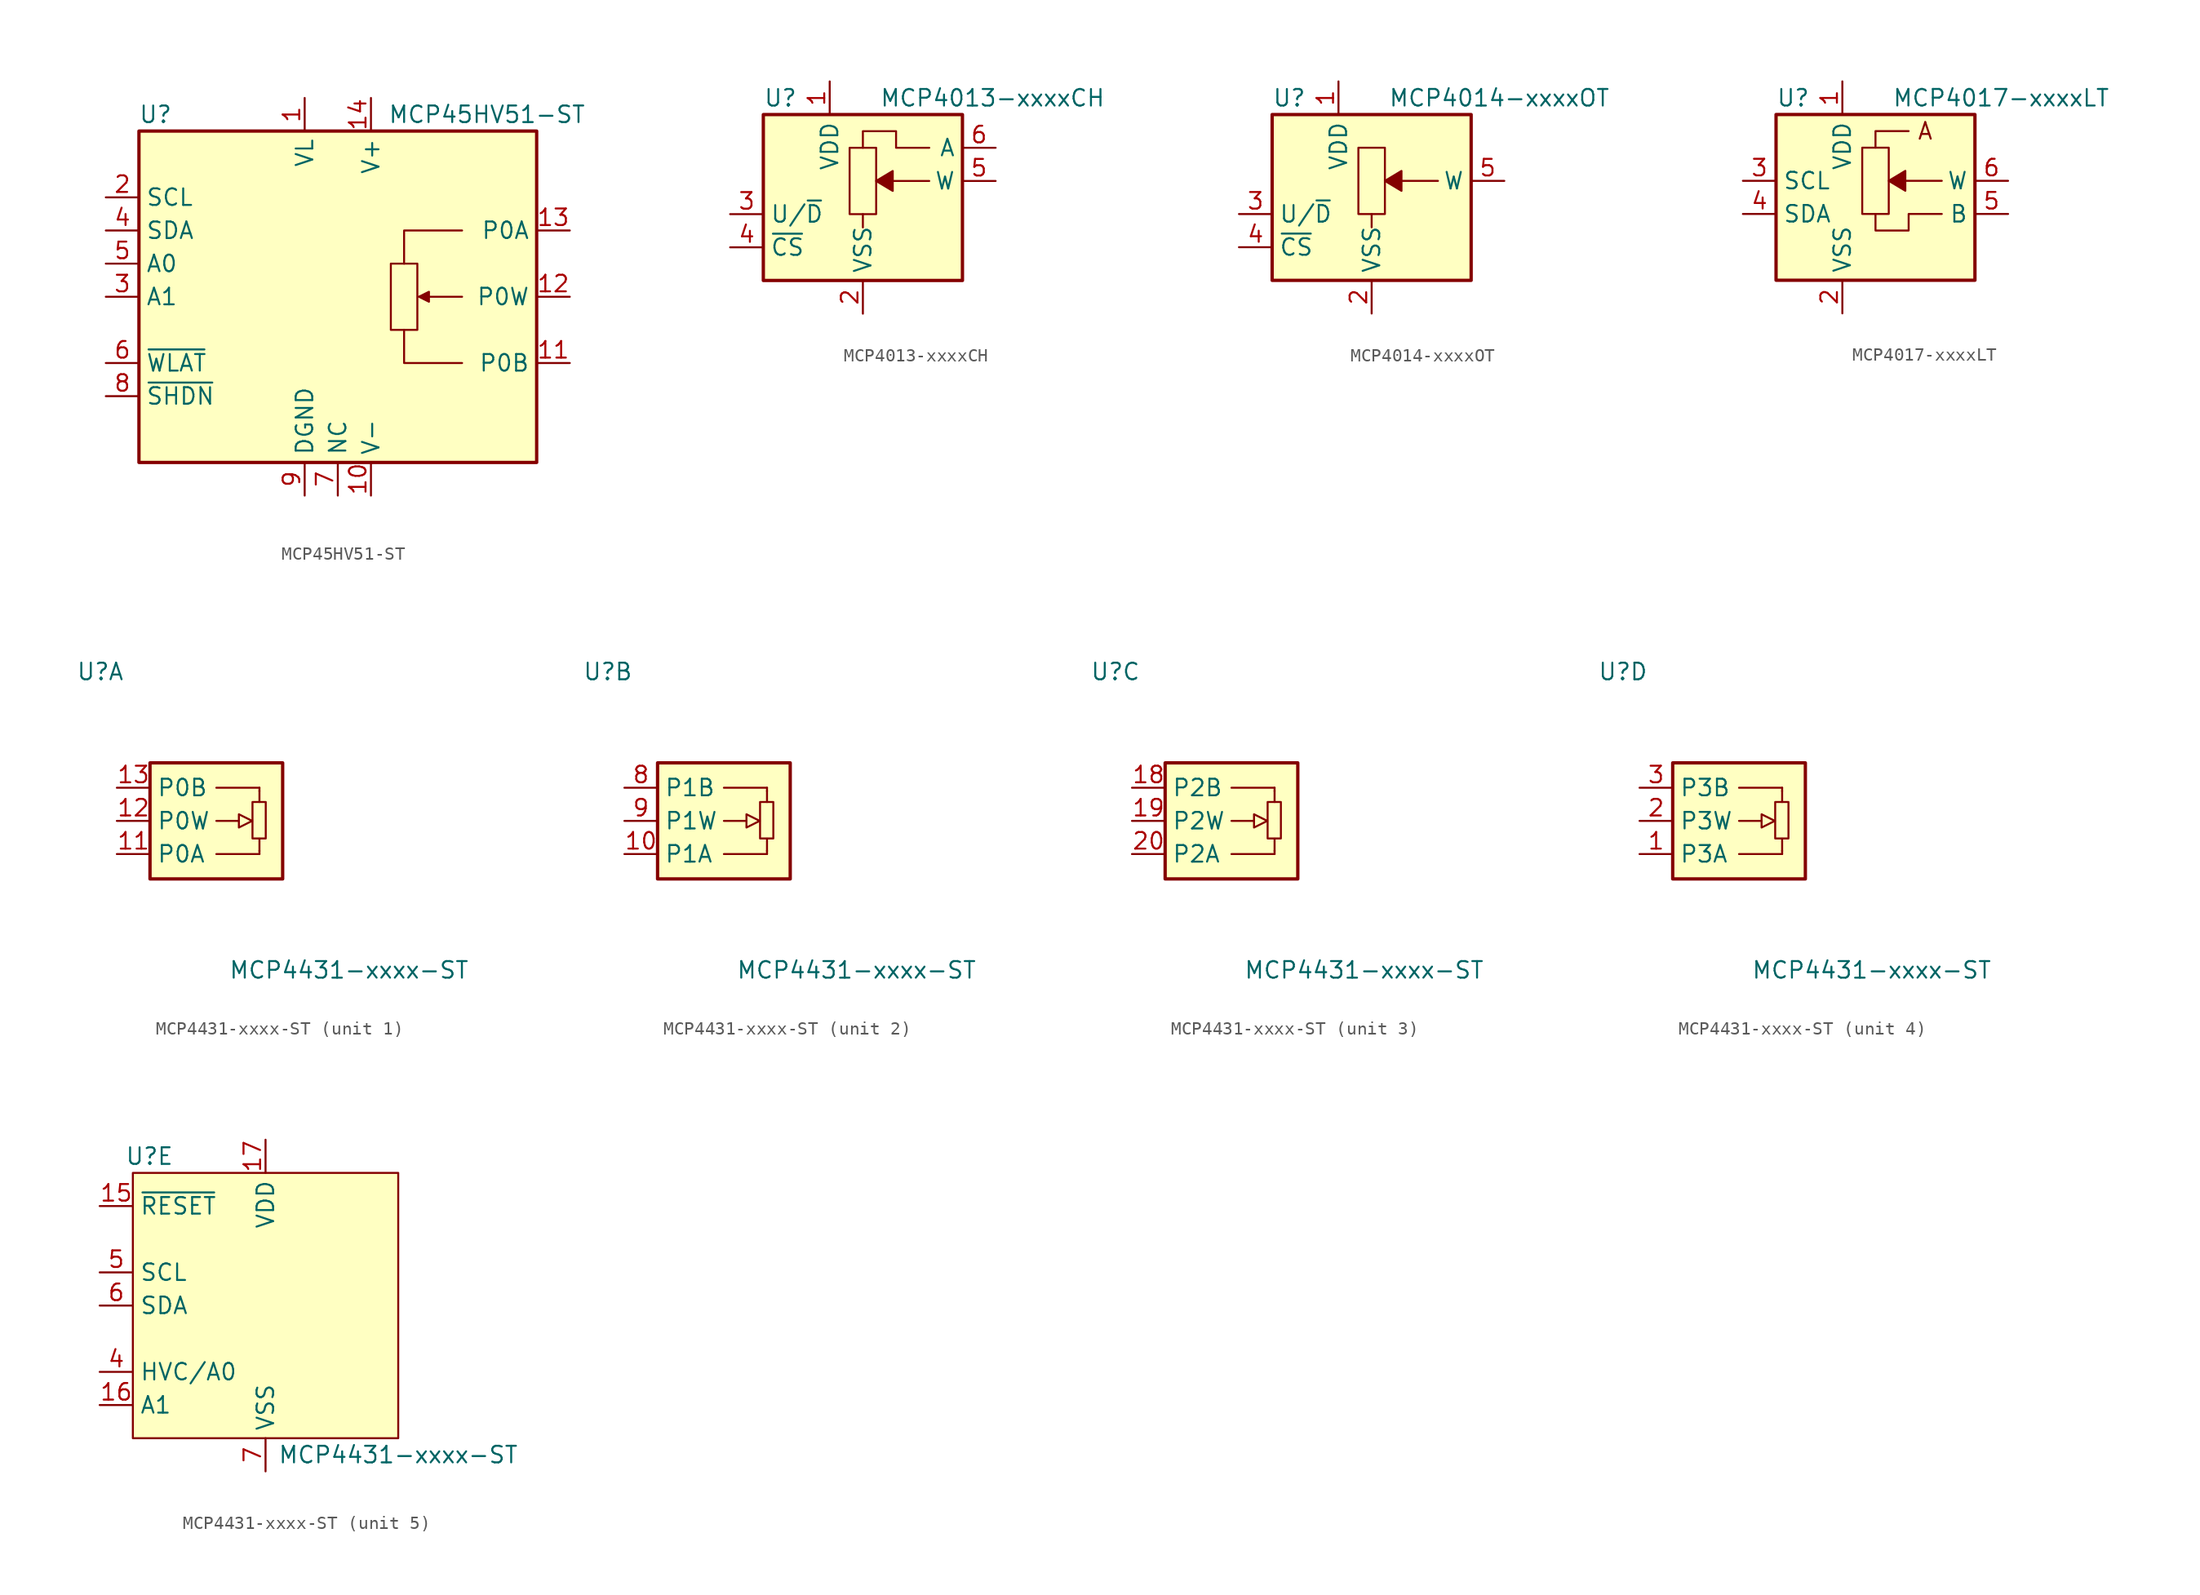
<source format=kicad_sym>
(kicad_symbol_lib
  (version 20211014)
  (generator kicad_symbol_editor)
  (symbol "MCP45HV51-ST"
    (property "Reference" "U"
      (at -13.97 13.97 0)
      (effects (font (size 1.27 1.27))))
    (property "Value" "MCP45HV51-ST"
      (at 11.43 13.97 0)
      (effects (font (size 1.27 1.27))))
    (symbol "MCP45HV51-ST_0_1"
      (polyline (pts (xy 9.525 0) (xy 6.223 0)) (stroke (width 0) (type default) (color 0 0 0 0)) (fill (type none)))
      (polyline (pts (xy 5.08 -2.54) (xy 5.08 -5.08) (xy 9.525 -5.08)) (stroke (width 0) (type default) (color 0 0 0 0)) (fill (type none)))
      (polyline (pts (xy 5.08 2.54) (xy 5.08 5.08) (xy 9.525 5.08)) (stroke (width 0) (type default) (color 0 0 0 0)) (fill (type none)))
      (polyline (pts (xy 6.223 0) (xy 6.985 0.381) (xy 6.985 -0.381) (xy 6.223 0)) (stroke (width 0) (type default) (color 0 0 0 0)) (fill (type outline)))
      (polyline (pts (xy 6.096 2.54) (xy 4.064 2.54) (xy 4.064 -2.54) (xy 6.096 -2.54) (xy 6.096 2.54)) (stroke (width 0) (type default) (color 0 0 0 0)) (fill (type none))))
    (symbol "MCP45HV51-ST_1_1"
      (rectangle (start -15.24 12.7) (end 15.24 -12.7) (stroke (width 0.254) (type default) (color 0 0 0 0)) (fill (type background)))
      (pin power_in line (at -2.54 15.24 270) (length 2.54) (name "VL" (effects (font (size 1.27 1.27)))) (number "1" (effects (font (size 1.27 1.27)))))
      (pin power_in line (at 2.54 -15.24 90) (length 2.54) (name "V-" (effects (font (size 1.27 1.27)))) (number "10" (effects (font (size 1.27 1.27)))))
      (pin passive line (at 17.78 -5.08 180) (length 2.54) (name "P0B" (effects (font (size 1.27 1.27)))) (number "11" (effects (font (size 1.27 1.27)))))
      (pin passive line (at 17.78 0 180) (length 2.54) (name "P0W" (effects (font (size 1.27 1.27)))) (number "12" (effects (font (size 1.27 1.27)))))
      (pin passive line (at 17.78 5.08 180) (length 2.54) (name "P0A" (effects (font (size 1.27 1.27)))) (number "13" (effects (font (size 1.27 1.27)))))
      (pin power_in line (at 2.54 15.24 270) (length 2.54) (name "V+" (effects (font (size 1.27 1.27)))) (number "14" (effects (font (size 1.27 1.27)))))
      (pin input line (at -17.78 7.62 0) (length 2.54) (name "SCL" (effects (font (size 1.27 1.27)))) (number "2" (effects (font (size 1.27 1.27)))))
      (pin input line (at -17.78 0 0) (length 2.54) (name "A1" (effects (font (size 1.27 1.27)))) (number "3" (effects (font (size 1.27 1.27)))))
      (pin bidirectional line (at -17.78 5.08 0) (length 2.54) (name "SDA" (effects (font (size 1.27 1.27)))) (number "4" (effects (font (size 1.27 1.27)))))
      (pin input line (at -17.78 2.54 0) (length 2.54) (name "A0" (effects (font (size 1.27 1.27)))) (number "5" (effects (font (size 1.27 1.27)))))
      (pin input line (at -17.78 -5.08 0) (length 2.54) (name "~{WLAT}" (effects (font (size 1.27 1.27)))) (number "6" (effects (font (size 1.27 1.27)))))
      (pin passive line (at 0 -15.24 90) (length 2.54) (name "NC" (effects (font (size 1.27 1.27)))) (number "7" (effects (font (size 1.27 1.27)))))
      (pin input line (at -17.78 -7.62 0) (length 2.54) (name "~{SHDN}" (effects (font (size 1.27 1.27)))) (number "8" (effects (font (size 1.27 1.27)))))
      (pin power_in line (at -2.54 -15.24 90) (length 2.54) (name "DGND" (effects (font (size 1.27 1.27)))) (number "9" (effects (font (size 1.27 1.27)))))))
  (symbol "MCP4013-xxxxCH"
    (property "Reference" "U"
      (at -7.62 8.89 0)
      (effects (font (size 1.27 1.27)) (justify left)))
    (property "Value" "MCP4013-xxxxCH"
      (at 1.27 8.89 0)
      (effects (font (size 1.27 1.27)) (justify left)))
    (symbol "MCP4013-xxxxCH_0_1"
      (polyline (pts (xy 0 0) (xy 0 -1.016)) (stroke (width 0) (type default) (color 0 0 0 0)) (fill (type none)))
      (polyline (pts (xy 5.08 5.08) (xy 2.54 5.08) (xy 2.54 6.35) (xy 0 6.35) (xy 0 5.08)) (stroke (width 0) (type default) (color 0 0 0 0)) (fill (type none))))
    (symbol "MCP4013-xxxxCH_1_1"
      (rectangle (start -7.62 7.62) (end 7.62 -5.08) (stroke (width 0.254) (type default) (color 0 0 0 0)) (fill (type background)))
      (polyline (pts (xy 5.08 2.54) (xy 2.286 2.54)) (stroke (width 0) (type default) (color 0 0 0 0)) (fill (type none)))
      (polyline (pts (xy 2.286 1.778) (xy 2.286 3.302) (xy 1.016 2.54) (xy 2.286 1.778)) (stroke (width 0) (type default) (color 0 0 0 0)) (fill (type outline)))
      (rectangle (start 1.016 0) (end -1.016 5.08) (stroke (width 0) (type default) (color 0 0 0 0)) (fill (type none)))
      (pin power_in line (at -2.54 10.16 270) (length 2.54) (name "VDD" (effects (font (size 1.27 1.27)))) (number "1" (effects (font (size 1.27 1.27)))))
      (pin power_in line (at 0 -7.62 90) (length 2.54) (name "VSS" (effects (font (size 1.27 1.27)))) (number "2" (effects (font (size 1.27 1.27)))))
      (pin input line (at -10.16 0 0) (length 2.54) (name "U/~{D}" (effects (font (size 1.27 1.27)))) (number "3" (effects (font (size 1.27 1.27)))))
      (pin input line (at -10.16 -2.54 0) (length 2.54) (name "~{CS}" (effects (font (size 1.27 1.27)))) (number "4" (effects (font (size 1.27 1.27)))))
      (pin passive line (at 10.16 2.54 180) (length 2.54) (name "W" (effects (font (size 1.27 1.27)))) (number "5" (effects (font (size 1.27 1.27)))))
      (pin passive line (at 10.16 5.08 180) (length 2.54) (name "A" (effects (font (size 1.27 1.27)))) (number "6" (effects (font (size 1.27 1.27)))))))
  (symbol "MCP4014-xxxxOT"
    (property "Reference" "U"
      (at -7.62 8.89 0)
      (effects (font (size 1.27 1.27)) (justify left)))
    (property "Value" "MCP4014-xxxxOT"
      (at 1.27 8.89 0)
      (effects (font (size 1.27 1.27)) (justify left)))
    (symbol "MCP4014-xxxxOT_1_1"
      (rectangle (start -7.62 7.62) (end 7.62 -5.08) (stroke (width 0.254) (type default) (color 0 0 0 0)) (fill (type background)))
      (polyline (pts (xy 0 0) (xy 0 -1.016)) (stroke (width 0) (type default) (color 0 0 0 0)) (fill (type none)))
      (polyline (pts (xy 5.08 2.54) (xy 2.286 2.54)) (stroke (width 0) (type default) (color 0 0 0 0)) (fill (type none)))
      (polyline (pts (xy 2.286 1.778) (xy 2.286 3.302) (xy 1.016 2.54) (xy 2.286 1.778)) (stroke (width 0) (type default) (color 0 0 0 0)) (fill (type outline)))
      (rectangle (start 1.016 0) (end -1.016 5.08) (stroke (width 0) (type default) (color 0 0 0 0)) (fill (type none)))
      (pin power_in line (at -2.54 10.16 270) (length 2.54) (name "VDD" (effects (font (size 1.27 1.27)))) (number "1" (effects (font (size 1.27 1.27)))))
      (pin power_in line (at 0 -7.62 90) (length 2.54) (name "VSS" (effects (font (size 1.27 1.27)))) (number "2" (effects (font (size 1.27 1.27)))))
      (pin input line (at -10.16 0 0) (length 2.54) (name "U/~{D}" (effects (font (size 1.27 1.27)))) (number "3" (effects (font (size 1.27 1.27)))))
      (pin input line (at -10.16 -2.54 0) (length 2.54) (name "~{CS}" (effects (font (size 1.27 1.27)))) (number "4" (effects (font (size 1.27 1.27)))))
      (pin passive line (at 10.16 2.54 180) (length 2.54) (name "W" (effects (font (size 1.27 1.27)))) (number "5" (effects (font (size 1.27 1.27)))))))
  (symbol "MCP4017-xxxxLT"
    (property "Reference" "U"
      (at -7.62 8.89 0)
      (effects (font (size 1.27 1.27)) (justify left)))
    (property "Value" "MCP4017-xxxxLT"
      (at 1.27 8.89 0)
      (effects (font (size 1.27 1.27)) (justify left)))
    (symbol "MCP4017-xxxxLT_0_0"
      (polyline (pts (xy 0 5.08) (xy 0 6.35) (xy 2.54 6.35)) (stroke (width 0) (type default) (color 0 0 0 0)) (fill (type none)))
      (polyline (pts (xy 5.08 0) (xy 2.54 0) (xy 2.54 -1.27) (xy 0 -1.27) (xy 0 0)) (stroke (width 0) (type default) (color 0 0 0 0)) (fill (type none)))
      (text "A" (at 3.81 6.35 0) (effects (font (size 1.27 1.27)))))
    (symbol "MCP4017-xxxxLT_1_1"
      (rectangle (start -7.62 7.62) (end 7.62 -5.08) (stroke (width 0.254) (type default) (color 0 0 0 0)) (fill (type background)))
      (polyline (pts (xy 5.08 2.54) (xy 2.286 2.54)) (stroke (width 0) (type default) (color 0 0 0 0)) (fill (type none)))
      (polyline (pts (xy 2.286 1.778) (xy 2.286 3.302) (xy 1.016 2.54) (xy 2.286 1.778)) (stroke (width 0) (type default) (color 0 0 0 0)) (fill (type outline)))
      (rectangle (start 1.016 0) (end -1.016 5.08) (stroke (width 0) (type default) (color 0 0 0 0)) (fill (type none)))
      (pin power_in line (at -2.54 10.16 270) (length 2.54) (name "VDD" (effects (font (size 1.27 1.27)))) (number "1" (effects (font (size 1.27 1.27)))))
      (pin power_in line (at -2.54 -7.62 90) (length 2.54) (name "VSS" (effects (font (size 1.27 1.27)))) (number "2" (effects (font (size 1.27 1.27)))))
      (pin input line (at -10.16 2.54 0) (length 2.54) (name "SCL" (effects (font (size 1.27 1.27)))) (number "3" (effects (font (size 1.27 1.27)))))
      (pin bidirectional line (at -10.16 0 0) (length 2.54) (name "SDA" (effects (font (size 1.27 1.27)))) (number "4" (effects (font (size 1.27 1.27)))))
      (pin passive line (at 10.16 0 180) (length 2.54) (name "B" (effects (font (size 1.27 1.27)))) (number "5" (effects (font (size 1.27 1.27)))))
      (pin passive line (at 10.16 2.54 180) (length 2.54) (name "W" (effects (font (size 1.27 1.27)))) (number "6" (effects (font (size 1.27 1.27)))))))
  (symbol "MCP4431-xxxx-ST"
    (property "Reference" "U"
      (at -8.89 11.43 0)
      (effects (font (size 1.27 1.27))))
    (property "Value" "MCP4431-xxxx-ST"
      (at 10.16 -11.43 0)
      (effects (font (size 1.27 1.27))))
    (property "ki_locked" ""
      (at 0 0 0)
      (effects (font (size 1.27 1.27))))
    (symbol "MCP4431-xxxx-ST_1_1"
      (polyline (pts (xy 1.727 0) (xy 0 0)) (stroke (width 0) (type default) (color 0 0 0 0)) (fill (type none)))
      (polyline (pts (xy 3.302 -2.54) (xy 0 -2.54)) (stroke (width 0) (type default) (color 0 0 0 0)) (fill (type background)))
      (polyline (pts (xy 3.302 -2.311) (xy 3.302 -1.372)) (stroke (width 0) (type default) (color 0 0 0 0)) (fill (type none)))
      (polyline (pts (xy 3.302 2.286) (xy 3.302 1.448)) (stroke (width 0) (type default) (color 0 0 0 0)) (fill (type none)))
      (polyline (pts (xy 3.302 2.54) (xy 0 2.54)) (stroke (width 0) (type default) (color 0 0 0 0)) (fill (type background)))
      (polyline (pts (xy 3.302 -2.54) (xy 3.302 -2.286) (xy 3.302 -2.286)) (stroke (width 0) (type default) (color 0 0 0 0)) (fill (type none)))
      (polyline (pts (xy 3.302 2.54) (xy 3.302 2.286) (xy 3.302 2.286)) (stroke (width 0) (type default) (color 0 0 0 0)) (fill (type background)))
      (polyline (pts (xy 1.727 -0.508) (xy 1.727 0.508) (xy 2.743 0) (xy 1.727 -0.508) (xy 1.727 -0.508)) (stroke (width 0) (type default) (color 0 0 0 0)) (fill (type none)))
      (rectangle (start 3.785 -1.346) (end 2.769 1.448) (stroke (width 0) (type default) (color 0 0 0 0)) (fill (type none)))
      (rectangle (start 5.08 -4.445) (end -5.08 4.445) (stroke (width 0.254) (type default) (color 0 0 0 0)) (fill (type background)))
      (pin passive line (at -7.62 -2.54 0) (length 2.54) (name "P0A" (effects (font (size 1.27 1.27)))) (number "11" (effects (font (size 1.27 1.27)))))
      (pin passive line (at -7.62 0 0) (length 2.54) (name "P0W" (effects (font (size 1.27 1.27)))) (number "12" (effects (font (size 1.27 1.27)))))
      (pin passive line (at -7.62 2.54 0) (length 2.54) (name "P0B" (effects (font (size 1.27 1.27)))) (number "13" (effects (font (size 1.27 1.27))))))
    (symbol "MCP4431-xxxx-ST_2_1"
      (polyline (pts (xy 1.727 0) (xy 0 0)) (stroke (width 0) (type default) (color 0 0 0 0)) (fill (type none)))
      (polyline (pts (xy 3.302 -2.54) (xy 0 -2.54)) (stroke (width 0) (type default) (color 0 0 0 0)) (fill (type background)))
      (polyline (pts (xy 3.302 -2.311) (xy 3.302 -1.372)) (stroke (width 0) (type default) (color 0 0 0 0)) (fill (type none)))
      (polyline (pts (xy 3.302 2.286) (xy 3.302 1.448)) (stroke (width 0) (type default) (color 0 0 0 0)) (fill (type none)))
      (polyline (pts (xy 3.302 2.54) (xy 0 2.54)) (stroke (width 0) (type default) (color 0 0 0 0)) (fill (type background)))
      (polyline (pts (xy 3.302 -2.54) (xy 3.302 -2.286) (xy 3.302 -2.286)) (stroke (width 0) (type default) (color 0 0 0 0)) (fill (type none)))
      (polyline (pts (xy 3.302 2.54) (xy 3.302 2.286) (xy 3.302 2.286)) (stroke (width 0) (type default) (color 0 0 0 0)) (fill (type background)))
      (polyline (pts (xy 1.727 -0.508) (xy 1.727 0.508) (xy 2.743 0) (xy 1.727 -0.508) (xy 1.727 -0.508)) (stroke (width 0) (type default) (color 0 0 0 0)) (fill (type none)))
      (rectangle (start 3.785 -1.346) (end 2.769 1.448) (stroke (width 0) (type default) (color 0 0 0 0)) (fill (type none)))
      (rectangle (start 5.08 -4.445) (end -5.08 4.445) (stroke (width 0.254) (type default) (color 0 0 0 0)) (fill (type background)))
      (pin passive line (at -7.62 -2.54 0) (length 2.54) (name "P1A" (effects (font (size 1.27 1.27)))) (number "10" (effects (font (size 1.27 1.27)))))
      (pin passive line (at -7.62 2.54 0) (length 2.54) (name "P1B" (effects (font (size 1.27 1.27)))) (number "8" (effects (font (size 1.27 1.27)))))
      (pin passive line (at -7.62 0 0) (length 2.54) (name "P1W" (effects (font (size 1.27 1.27)))) (number "9" (effects (font (size 1.27 1.27))))))
    (symbol "MCP4431-xxxx-ST_3_1"
      (polyline (pts (xy 1.727 0) (xy 0 0)) (stroke (width 0) (type default) (color 0 0 0 0)) (fill (type none)))
      (polyline (pts (xy 3.302 -2.54) (xy 0 -2.54)) (stroke (width 0) (type default) (color 0 0 0 0)) (fill (type background)))
      (polyline (pts (xy 3.302 -2.311) (xy 3.302 -1.372)) (stroke (width 0) (type default) (color 0 0 0 0)) (fill (type none)))
      (polyline (pts (xy 3.302 2.286) (xy 3.302 1.448)) (stroke (width 0) (type default) (color 0 0 0 0)) (fill (type none)))
      (polyline (pts (xy 3.302 2.54) (xy 0 2.54)) (stroke (width 0) (type default) (color 0 0 0 0)) (fill (type background)))
      (polyline (pts (xy 3.302 -2.54) (xy 3.302 -2.286) (xy 3.302 -2.286)) (stroke (width 0) (type default) (color 0 0 0 0)) (fill (type none)))
      (polyline (pts (xy 3.302 2.54) (xy 3.302 2.286) (xy 3.302 2.286)) (stroke (width 0) (type default) (color 0 0 0 0)) (fill (type background)))
      (polyline (pts (xy 1.727 -0.508) (xy 1.727 0.508) (xy 2.743 0) (xy 1.727 -0.508) (xy 1.727 -0.508)) (stroke (width 0) (type default) (color 0 0 0 0)) (fill (type none)))
      (rectangle (start 3.785 -1.346) (end 2.769 1.448) (stroke (width 0) (type default) (color 0 0 0 0)) (fill (type none)))
      (rectangle (start 5.08 -4.445) (end -5.08 4.445) (stroke (width 0.254) (type default) (color 0 0 0 0)) (fill (type background)))
      (pin passive line (at -7.62 2.54 0) (length 2.54) (name "P2B" (effects (font (size 1.27 1.27)))) (number "18" (effects (font (size 1.27 1.27)))))
      (pin passive line (at -7.62 0 0) (length 2.54) (name "P2W" (effects (font (size 1.27 1.27)))) (number "19" (effects (font (size 1.27 1.27)))))
      (pin passive line (at -7.62 -2.54 0) (length 2.54) (name "P2A" (effects (font (size 1.27 1.27)))) (number "20" (effects (font (size 1.27 1.27))))))
    (symbol "MCP4431-xxxx-ST_4_1"
      (polyline (pts (xy 1.727 0) (xy 0 0)) (stroke (width 0) (type default) (color 0 0 0 0)) (fill (type none)))
      (polyline (pts (xy 3.302 -2.54) (xy 0 -2.54)) (stroke (width 0) (type default) (color 0 0 0 0)) (fill (type background)))
      (polyline (pts (xy 3.302 -2.311) (xy 3.302 -1.372)) (stroke (width 0) (type default) (color 0 0 0 0)) (fill (type none)))
      (polyline (pts (xy 3.302 2.286) (xy 3.302 1.448)) (stroke (width 0) (type default) (color 0 0 0 0)) (fill (type none)))
      (polyline (pts (xy 3.302 2.54) (xy 0 2.54)) (stroke (width 0) (type default) (color 0 0 0 0)) (fill (type background)))
      (polyline (pts (xy 3.302 -2.54) (xy 3.302 -2.286) (xy 3.302 -2.286)) (stroke (width 0) (type default) (color 0 0 0 0)) (fill (type none)))
      (polyline (pts (xy 3.302 2.54) (xy 3.302 2.286) (xy 3.302 2.286)) (stroke (width 0) (type default) (color 0 0 0 0)) (fill (type background)))
      (polyline (pts (xy 1.727 -0.508) (xy 1.727 0.508) (xy 2.743 0) (xy 1.727 -0.508) (xy 1.727 -0.508)) (stroke (width 0) (type default) (color 0 0 0 0)) (fill (type none)))
      (rectangle (start 3.785 -1.346) (end 2.769 1.448) (stroke (width 0) (type default) (color 0 0 0 0)) (fill (type none)))
      (rectangle (start 5.08 -4.445) (end -5.08 4.445) (stroke (width 0.254) (type default) (color 0 0 0 0)) (fill (type background)))
      (pin passive line (at -7.62 -2.54 0) (length 2.54) (name "P3A" (effects (font (size 1.27 1.27)))) (number "1" (effects (font (size 1.27 1.27)))))
      (pin passive line (at -7.62 0 0) (length 2.54) (name "P3W" (effects (font (size 1.27 1.27)))) (number "2" (effects (font (size 1.27 1.27)))))
      (pin passive line (at -7.62 2.54 0) (length 2.54) (name "P3B" (effects (font (size 1.27 1.27)))) (number "3" (effects (font (size 1.27 1.27))))))
    (symbol "MCP4431-xxxx-ST_5_1"
      (rectangle (start -10.16 10.16) (end 10.16 -10.16) (stroke (width 0) (type default) (color 0 0 0 0)) (fill (type background)))
      (pin no_connect line (at -10.16 -2.54 0) (length 2.54) hide (name "NC" (effects (font (size 1.27 1.27)))) (number "14" (effects (font (size 1.27 1.27)))))
      (pin input line (at -12.7 7.62 0) (length 2.54) (name "~{RESET}" (effects (font (size 1.27 1.27)))) (number "15" (effects (font (size 1.27 1.27)))))
      (pin input line (at -12.7 -7.62 0) (length 2.54) (name "A1" (effects (font (size 1.27 1.27)))) (number "16" (effects (font (size 1.27 1.27)))))
      (pin power_in line (at 0 12.7 270) (length 2.54) (name "VDD" (effects (font (size 1.27 1.27)))) (number "17" (effects (font (size 1.27 1.27)))))
      (pin input line (at -12.7 -5.08 0) (length 2.54) (name "HVC/A0" (effects (font (size 1.27 1.27)))) (number "4" (effects (font (size 1.27 1.27)))))
      (pin input line (at -12.7 2.54 0) (length 2.54) (name "SCL" (effects (font (size 1.27 1.27)))) (number "5" (effects (font (size 1.27 1.27)))))
      (pin bidirectional line (at -12.7 0 0) (length 2.54) (name "SDA" (effects (font (size 1.27 1.27)))) (number "6" (effects (font (size 1.27 1.27)))))
      (pin power_in line (at 0 -12.7 90) (length 2.54) (name "VSS" (effects (font (size 1.27 1.27)))) (number "7" (effects (font (size 1.27 1.27))))))))
</source>
